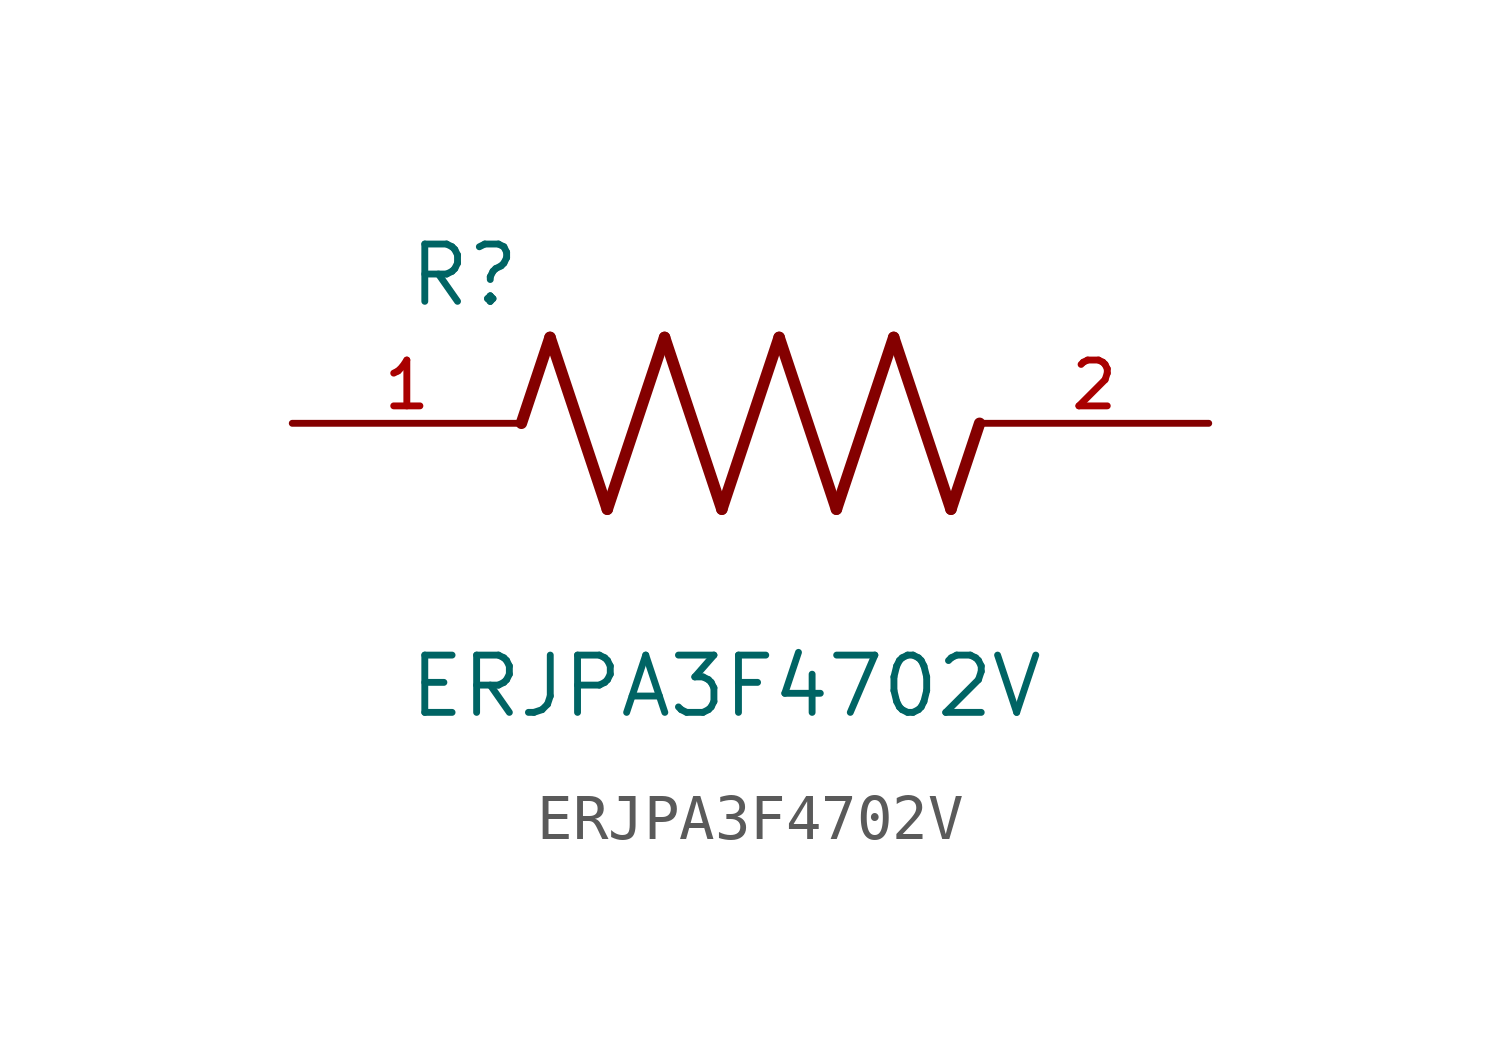
<source format=kicad_sym>
(kicad_symbol_lib
  (version 20211014)
  (generator kicad_symbol_editor)
  (symbol "ERJPA3F4702V"
    (pin_names
      (offset 1.016))
    (property "Reference" "R"
      (at -7.624 2.541 0)
      (effects (font (size 1.27 1.27)) (justify bottom left)))
    (property "Value" "ERJPA3F4702V"
      (at -7.624 -5.087 0)
      (effects (font (size 1.27 1.27)) (justify top left)))
    (symbol "ERJPA3F4702V_0_0"
      (polyline (pts (xy -5.08 0.0) (xy -4.445 1.905)) (stroke (width 0.254)))
      (polyline (pts (xy -4.445 1.905) (xy -3.175 -1.905)) (stroke (width 0.254)))
      (polyline (pts (xy -3.175 -1.905) (xy -1.905 1.905)) (stroke (width 0.254)))
      (polyline (pts (xy -1.905 1.905) (xy -0.635 -1.905)) (stroke (width 0.254)))
      (polyline (pts (xy -0.635 -1.905) (xy 0.635 1.905)) (stroke (width 0.254)))
      (polyline (pts (xy 0.635 1.905) (xy 1.905 -1.905)) (stroke (width 0.254)))
      (polyline (pts (xy 1.905 -1.905) (xy 3.175 1.905)) (stroke (width 0.254)))
      (polyline (pts (xy 3.175 1.905) (xy 4.445 -1.905)) (stroke (width 0.254)))
      (polyline (pts (xy 4.445 -1.905) (xy 5.08 0.0)) (stroke (width 0.254)))
      (pin passive line (at -10.16 0.0 0) (length 5.08) (name "~" (effects (font (size 1.016 1.016)))) (number "1" (effects (font (size 1.016 1.016)))))
      (pin passive line (at 10.16 0.0 180.0) (length 5.08) (name "~" (effects (font (size 1.016 1.016)))) (number "2" (effects (font (size 1.016 1.016))))))))
</source>
